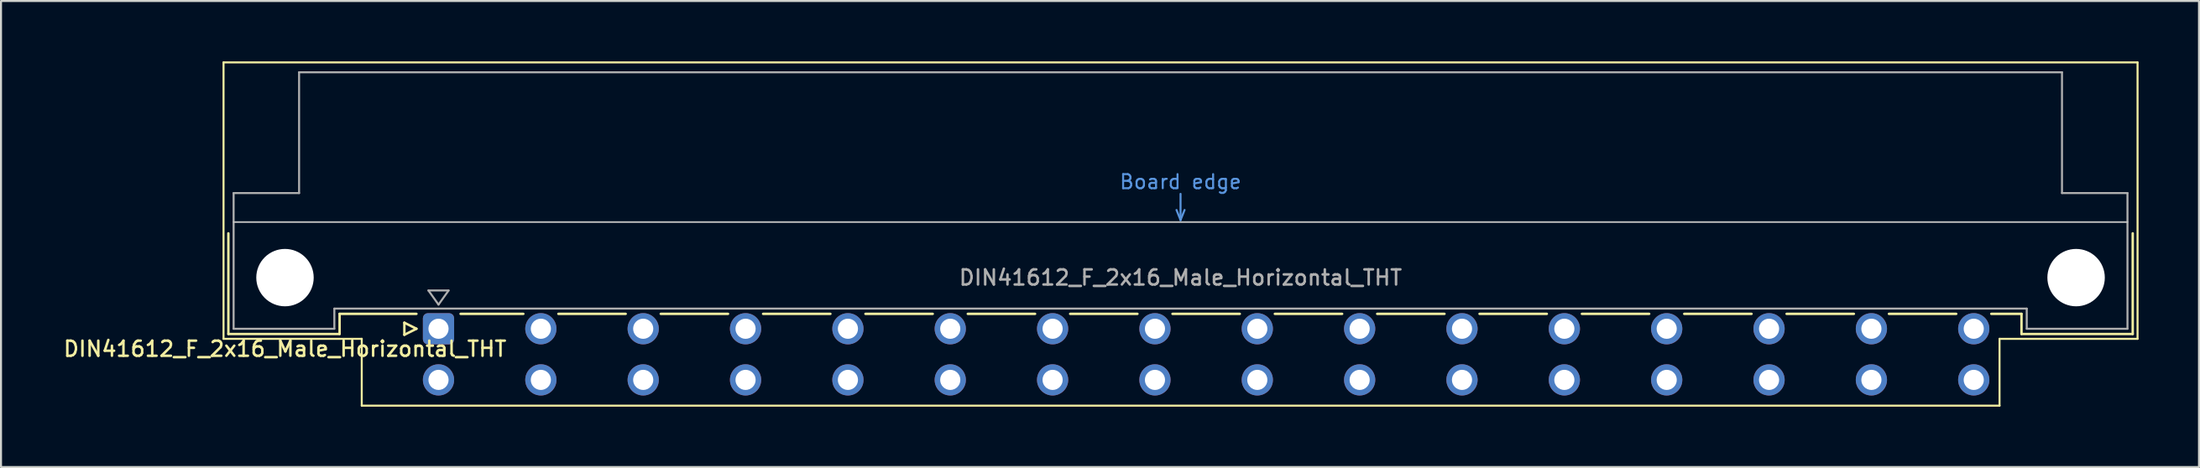
<source format=kicad_pcb>
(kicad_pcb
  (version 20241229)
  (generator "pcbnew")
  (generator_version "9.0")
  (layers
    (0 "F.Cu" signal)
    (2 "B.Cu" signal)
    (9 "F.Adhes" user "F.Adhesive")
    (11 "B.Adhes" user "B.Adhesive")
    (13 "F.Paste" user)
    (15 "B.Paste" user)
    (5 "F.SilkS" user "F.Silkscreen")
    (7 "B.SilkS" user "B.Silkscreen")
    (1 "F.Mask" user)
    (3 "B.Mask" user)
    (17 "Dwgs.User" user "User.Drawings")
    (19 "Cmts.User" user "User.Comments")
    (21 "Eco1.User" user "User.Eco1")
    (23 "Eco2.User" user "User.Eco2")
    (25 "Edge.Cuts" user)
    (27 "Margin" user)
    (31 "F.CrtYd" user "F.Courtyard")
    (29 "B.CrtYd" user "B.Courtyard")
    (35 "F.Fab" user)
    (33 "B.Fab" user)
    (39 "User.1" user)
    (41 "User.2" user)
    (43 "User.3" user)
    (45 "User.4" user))
  (footprint "DIN41612_F_2x16_Male_Horizontal_THT"
    (layer "F.Cu")
    (at 16.175 13.28)
    (property "Reference" "DIN41612_F_2x16_Male_Horizontal_THT" (at -5.08 1 0) (layer "F.SilkS") (effects (font (size 0.75 0.75) (thickness 0.125))))
    (attr through_hole)
    (fp_line (start -8.13 -13.23) (end -8.13 0.5) (stroke (width 0.1) (type solid)) (layer "F.SilkS"))
    (fp_line (start -8.13 0.5) (end -1.27 0.5) (stroke (width 0.1) (type solid)) (layer "F.SilkS"))
    (fp_line (start -7.89 -4.74) (end -7.89 0.26) (stroke (width 0.12) (type solid)) (layer "F.SilkS"))
    (fp_line (start -7.89 0.26) (end -2.37 0.26) (stroke (width 0.12) (type solid)) (layer "F.SilkS"))
    (fp_line (start -2.371 -0.74) (end 1.445 -0.74) (stroke (width 0.12) (type solid)) (layer "F.SilkS"))
    (fp_line (start -2.37 0.26) (end -2.37 -0.74) (stroke (width 0.12) (type solid)) (layer "F.SilkS"))
    (fp_line (start -1.27 0.5) (end -1.27 3.82) (stroke (width 0.1) (type solid)) (layer "F.SilkS"))
    (fp_line (start -1.27 3.82) (end 80.02 3.82) (stroke (width 0.1) (type solid)) (layer "F.SilkS"))
    (fp_line (start 0.845 -0.3) (end 0.845 0.3) (stroke (width 0.12) (type solid)) (layer "F.SilkS"))
    (fp_line (start 0.845 0.3) (end 1.445 0) (stroke (width 0.12) (type solid)) (layer "F.SilkS"))
    (fp_line (start 1.445 0) (end 0.845 -0.3) (stroke (width 0.12) (type solid)) (layer "F.SilkS"))
    (fp_line (start 3.635 -0.74) (end 6.751 -0.74) (stroke (width 0.12) (type solid)) (layer "F.SilkS"))
    (fp_line (start 8.49 -0.74) (end 11.831 -0.74) (stroke (width 0.12) (type solid)) (layer "F.SilkS"))
    (fp_line (start 13.57 -0.74) (end 16.911 -0.74) (stroke (width 0.12) (type solid)) (layer "F.SilkS"))
    (fp_line (start 18.65 -0.74) (end 21.991 -0.74) (stroke (width 0.12) (type solid)) (layer "F.SilkS"))
    (fp_line (start 23.73 -0.74) (end 27.071 -0.74) (stroke (width 0.12) (type solid)) (layer "F.SilkS"))
    (fp_line (start 28.81 -0.74) (end 32.151 -0.74) (stroke (width 0.12) (type solid)) (layer "F.SilkS"))
    (fp_line (start 33.89 -0.74) (end 37.231 -0.74) (stroke (width 0.12) (type solid)) (layer "F.SilkS"))
    (fp_line (start 38.97 -0.74) (end 42.311 -0.74) (stroke (width 0.12) (type solid)) (layer "F.SilkS"))
    (fp_line (start 44.05 -0.74) (end 47.391 -0.74) (stroke (width 0.12) (type solid)) (layer "F.SilkS"))
    (fp_line (start 49.13 -0.74) (end 52.471 -0.74) (stroke (width 0.12) (type solid)) (layer "F.SilkS"))
    (fp_line (start 54.21 -0.74) (end 57.551 -0.74) (stroke (width 0.12) (type solid)) (layer "F.SilkS"))
    (fp_line (start 59.29 -0.74) (end 62.631 -0.74) (stroke (width 0.12) (type solid)) (layer "F.SilkS"))
    (fp_line (start 64.37 -0.74) (end 67.711 -0.74) (stroke (width 0.12) (type solid)) (layer "F.SilkS"))
    (fp_line (start 69.45 -0.74) (end 72.791 -0.74) (stroke (width 0.12) (type solid)) (layer "F.SilkS"))
    (fp_line (start 74.53 -0.74) (end 77.871 -0.74) (stroke (width 0.12) (type solid)) (layer "F.SilkS"))
    (fp_line (start 79.61 -0.74) (end 81.11 -0.74) (stroke (width 0.12) (type solid)) (layer "F.SilkS"))
    (fp_line (start 80.02 0.5) (end 86.87 0.5) (stroke (width 0.1) (type solid)) (layer "F.SilkS"))
    (fp_line (start 80.02 3.82) (end 80.02 0.5) (stroke (width 0.1) (type solid)) (layer "F.SilkS"))
    (fp_line (start 81.11 0.26) (end 81.11 -0.74) (stroke (width 0.12) (type solid)) (layer "F.SilkS"))
    (fp_line (start 86.63 -4.74) (end 86.63 0.26) (stroke (width 0.12) (type solid)) (layer "F.SilkS"))
    (fp_line (start 86.63 0.26) (end 81.11 0.26) (stroke (width 0.12) (type solid)) (layer "F.SilkS"))
    (fp_line (start 86.87 -13.23) (end -8.13 -13.23) (stroke (width 0.1) (type solid)) (layer "F.SilkS"))
    (fp_line (start 86.87 0.5) (end 86.87 -13.23) (stroke (width 0.1) (type solid)) (layer "F.SilkS"))
    (fp_line (start -7.63 -5.3) (end 86.37 -5.3) (stroke (width 0.08) (type solid)) (layer "Dwgs.User"))
    (fp_line (start 39.17 -5.9) (end 39.37 -5.4) (stroke (width 0.1) (type solid)) (layer "Cmts.User"))
    (fp_line (start 39.37 -5.4) (end 39.37 -6.7) (stroke (width 0.1) (type solid)) (layer "Cmts.User"))
    (fp_line (start 39.37 -5.4) (end 39.57 -5.9) (stroke (width 0.1) (type solid)) (layer "Cmts.User"))
    (fp_line (start -7.63 -6.74) (end -7.63 0) (stroke (width 0.1) (type solid)) (layer "F.Fab"))
    (fp_line (start -7.63 0) (end -2.63 0) (stroke (width 0.1) (type solid)) (layer "F.Fab"))
    (fp_line (start -4.38 -12.74) (end -4.38 -6.74) (stroke (width 0.1) (type solid)) (layer "F.Fab"))
    (fp_line (start -4.38 -6.74) (end -7.63 -6.74) (stroke (width 0.1) (type solid)) (layer "F.Fab"))
    (fp_line (start -2.63 -1) (end 81.37 -1) (stroke (width 0.1) (type solid)) (layer "F.Fab"))
    (fp_line (start -2.63 0) (end -2.63 -1) (stroke (width 0.1) (type solid)) (layer "F.Fab"))
    (fp_line (start 2.04 -1.9) (end 3.04 -1.9) (stroke (width 0.1) (type solid)) (layer "F.Fab"))
    (fp_line (start 2.54 -1.2) (end 2.04 -1.9) (stroke (width 0.1) (type solid)) (layer "F.Fab"))
    (fp_line (start 3.04 -1.9) (end 2.54 -1.2) (stroke (width 0.1) (type solid)) (layer "F.Fab"))
    (fp_line (start 81.37 -1) (end 81.37 0) (stroke (width 0.1) (type solid)) (layer "F.Fab"))
    (fp_line (start 81.37 0) (end 86.37 0) (stroke (width 0.1) (type solid)) (layer "F.Fab"))
    (fp_line (start 83.12 -12.74) (end -4.38 -12.74) (stroke (width 0.1) (type solid)) (layer "F.Fab"))
    (fp_line (start 83.12 -6.74) (end 83.12 -12.74) (stroke (width 0.1) (type solid)) (layer "F.Fab"))
    (fp_line (start 86.37 -6.74) (end 83.12 -6.74) (stroke (width 0.1) (type solid)) (layer "F.Fab"))
    (fp_line (start 86.37 0) (end 86.37 -6.74) (stroke (width 0.1) (type solid)) (layer "F.Fab"))
    (fp_text user "Board edge" (at 39.37 -7.3 0) (layer "Cmts.User") (effects (font (size 0.7 0.7) (thickness 0.1))))
    (fp_text user "${REFERENCE}" (at 39.37 -2.54 0) (layer "F.Fab") (effects (font (size 0.75 0.75) (thickness 0.125))))
    (pad "" np_thru_hole circle (at -5.08 -2.54) (size 2.85 2.85) (drill 2.85) (layers "*.Cu" "*.Mask"))
    (pad "" np_thru_hole circle (at 83.82 -2.54) (size 2.85 2.85) (drill 2.85) (layers "*.Cu" "*.Mask"))
    (pad "b2" thru_hole circle (at 2.54 2.54) (size 1.55 1.55) (drill 1) (layers "*.Cu" "*.Mask"))
    (pad "b4" thru_hole circle (at 7.62 2.54) (size 1.55 1.55) (drill 1) (layers "*.Cu" "*.Mask"))
    (pad "b6" thru_hole circle (at 12.7 2.54) (size 1.55 1.55) (drill 1) (layers "*.Cu" "*.Mask"))
    (pad "b8" thru_hole circle (at 17.78 2.54) (size 1.55 1.55) (drill 1) (layers "*.Cu" "*.Mask"))
    (pad "b10" thru_hole circle (at 22.86 2.54) (size 1.55 1.55) (drill 1) (layers "*.Cu" "*.Mask"))
    (pad "b12" thru_hole circle (at 27.94 2.54) (size 1.55 1.55) (drill 1) (layers "*.Cu" "*.Mask"))
    (pad "b14" thru_hole circle (at 33.02 2.54) (size 1.55 1.55) (drill 1) (layers "*.Cu" "*.Mask"))
    (pad "b16" thru_hole circle (at 38.1 2.54) (size 1.55 1.55) (drill 1) (layers "*.Cu" "*.Mask"))
    (pad "b18" thru_hole circle (at 43.18 2.54) (size 1.55 1.55) (drill 1) (layers "*.Cu" "*.Mask"))
    (pad "b20" thru_hole circle (at 48.26 2.54) (size 1.55 1.55) (drill 1) (layers "*.Cu" "*.Mask"))
    (pad "b22" thru_hole circle (at 53.34 2.54) (size 1.55 1.55) (drill 1) (layers "*.Cu" "*.Mask"))
    (pad "b24" thru_hole circle (at 58.42 2.54) (size 1.55 1.55) (drill 1) (layers "*.Cu" "*.Mask"))
    (pad "b26" thru_hole circle (at 63.5 2.54) (size 1.55 1.55) (drill 1) (layers "*.Cu" "*.Mask"))
    (pad "b28" thru_hole circle (at 68.58 2.54) (size 1.55 1.55) (drill 1) (layers "*.Cu" "*.Mask"))
    (pad "b30" thru_hole circle (at 73.66 2.54) (size 1.55 1.55) (drill 1) (layers "*.Cu" "*.Mask"))
    (pad "b32" thru_hole circle (at 78.74 2.54) (size 1.55 1.55) (drill 1) (layers "*.Cu" "*.Mask"))
    (pad "z2" thru_hole roundrect (at 2.54 0) (size 1.55 1.55) (drill 1) (layers "*.Cu" "*.Mask") (roundrect_rratio 0.161))
    (pad "z4" thru_hole circle (at 7.62 0) (size 1.55 1.55) (drill 1) (layers "*.Cu" "*.Mask"))
    (pad "z6" thru_hole circle (at 12.7 0) (size 1.55 1.55) (drill 1) (layers "*.Cu" "*.Mask"))
    (pad "z8" thru_hole circle (at 17.78 0) (size 1.55 1.55) (drill 1) (layers "*.Cu" "*.Mask"))
    (pad "z10" thru_hole circle (at 22.86 0) (size 1.55 1.55) (drill 1) (layers "*.Cu" "*.Mask"))
    (pad "z12" thru_hole circle (at 27.94 0) (size 1.55 1.55) (drill 1) (layers "*.Cu" "*.Mask"))
    (pad "z14" thru_hole circle (at 33.02 0) (size 1.55 1.55) (drill 1) (layers "*.Cu" "*.Mask"))
    (pad "z16" thru_hole circle (at 38.1 0) (size 1.55 1.55) (drill 1) (layers "*.Cu" "*.Mask"))
    (pad "z18" thru_hole circle (at 43.18 0) (size 1.55 1.55) (drill 1) (layers "*.Cu" "*.Mask"))
    (pad "z20" thru_hole circle (at 48.26 0) (size 1.55 1.55) (drill 1) (layers "*.Cu" "*.Mask"))
    (pad "z22" thru_hole circle (at 53.34 0) (size 1.55 1.55) (drill 1) (layers "*.Cu" "*.Mask"))
    (pad "z24" thru_hole circle (at 58.42 0) (size 1.55 1.55) (drill 1) (layers "*.Cu" "*.Mask"))
    (pad "z26" thru_hole circle (at 63.5 0) (size 1.55 1.55) (drill 1) (layers "*.Cu" "*.Mask"))
    (pad "z28" thru_hole circle (at 68.58 0) (size 1.55 1.55) (drill 1) (layers "*.Cu" "*.Mask"))
    (pad "z30" thru_hole circle (at 73.66 0) (size 1.55 1.55) (drill 1) (layers "*.Cu" "*.Mask"))
    (pad "z32" thru_hole circle (at 78.74 0) (size 1.55 1.55) (drill 1) (layers "*.Cu" "*.Mask")))
  (gr_rect
    (start -3 -3)
    (end 106.095 20.15)
    (stroke (width 0.1) (type default))
    (fill no)
    (layer "Edge.Cuts")))
</source>
